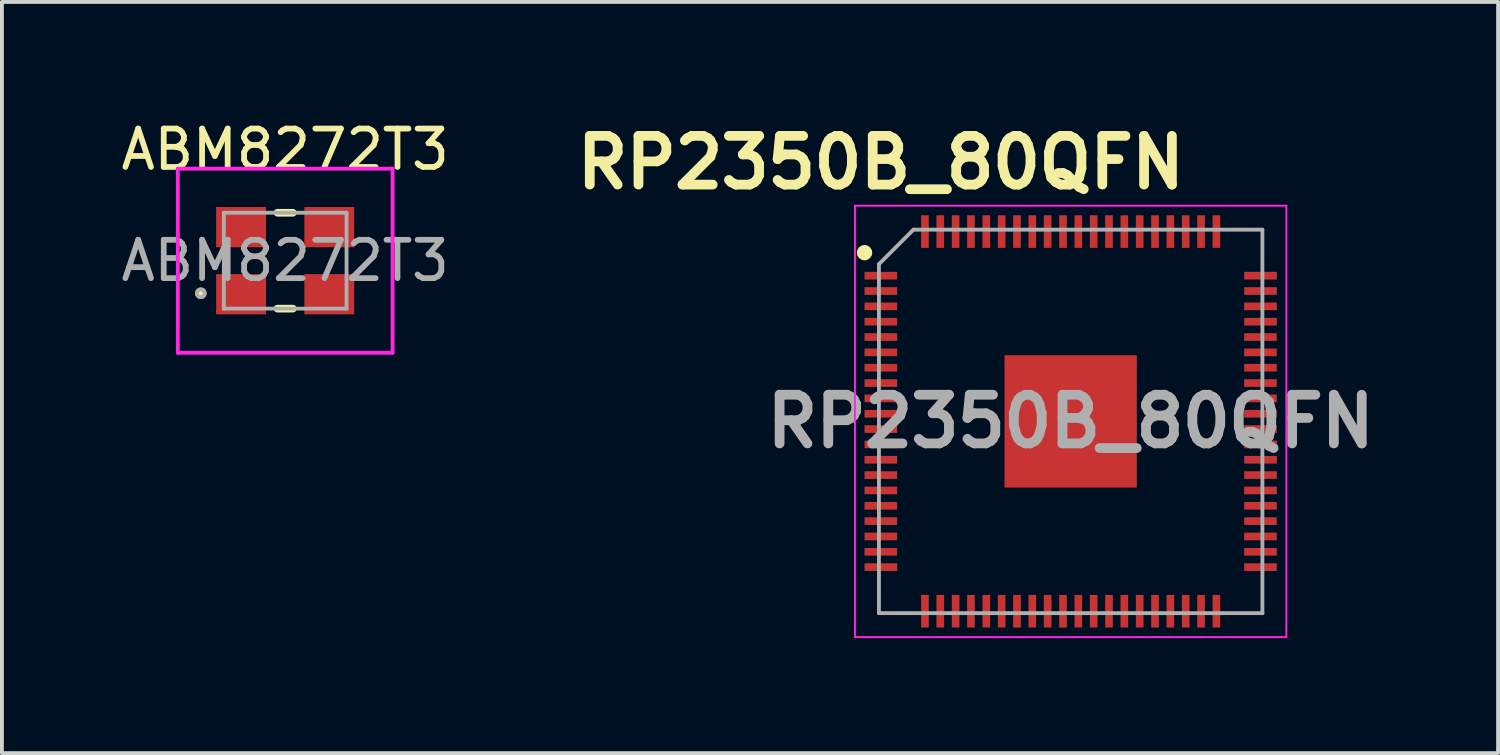
<source format=kicad_pcb>
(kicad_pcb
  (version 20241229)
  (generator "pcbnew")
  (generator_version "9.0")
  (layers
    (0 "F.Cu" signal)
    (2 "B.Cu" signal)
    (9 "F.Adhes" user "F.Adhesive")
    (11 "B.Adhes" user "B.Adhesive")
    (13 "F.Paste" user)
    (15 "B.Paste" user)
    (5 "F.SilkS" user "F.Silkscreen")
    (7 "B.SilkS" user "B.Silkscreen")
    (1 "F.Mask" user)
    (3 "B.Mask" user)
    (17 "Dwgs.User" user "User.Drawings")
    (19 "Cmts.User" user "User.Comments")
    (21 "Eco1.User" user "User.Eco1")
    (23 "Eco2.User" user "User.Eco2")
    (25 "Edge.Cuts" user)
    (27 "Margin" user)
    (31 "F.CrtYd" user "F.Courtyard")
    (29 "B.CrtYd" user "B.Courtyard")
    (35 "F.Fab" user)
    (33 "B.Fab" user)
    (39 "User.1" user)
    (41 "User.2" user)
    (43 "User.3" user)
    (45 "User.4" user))
  (footprint "ABM8272T3"
    (layer "F.Cu")
    (at 4.387 3.748)
    (property "Reference" "ABM8272T3" (at 0 -2.9 0) (layer "F.SilkS") (effects (font (size 1 1) (thickness 0.15))))
    (attr smd)
    (fp_line (start -0.2 -1.25) (end 0.2 -1.25) (stroke (width 0.2) (type solid)) (layer "F.SilkS"))
    (fp_line (start -0.2 1.25) (end 0.2 1.25) (stroke (width 0.2) (type solid)) (layer "F.SilkS"))
    (fp_circle (center -2.2 0.85) (end -2.2 0.95) (stroke (width 0.1) (type default)) (fill yes) (layer "F.SilkS"))
    (fp_line (start -2.8 -2.4) (end 2.8 -2.4) (stroke (width 0.1) (type solid)) (layer "F.CrtYd"))
    (fp_line (start -2.8 2.4) (end -2.8 -2.4) (stroke (width 0.1) (type solid)) (layer "F.CrtYd"))
    (fp_line (start 2.8 -2.4) (end 2.8 2.4) (stroke (width 0.1) (type solid)) (layer "F.CrtYd"))
    (fp_line (start 2.8 2.4) (end -2.8 2.4) (stroke (width 0.1) (type solid)) (layer "F.CrtYd"))
    (fp_line (start -1.6 -1.25) (end 1.6 -1.25) (stroke (width 0.1) (type solid)) (layer "F.Fab"))
    (fp_line (start -1.6 1.25) (end -1.6 -1.25) (stroke (width 0.1) (type solid)) (layer "F.Fab"))
    (fp_line (start 1.6 -1.25) (end 1.6 1.25) (stroke (width 0.1) (type solid)) (layer "F.Fab"))
    (fp_line (start 1.6 1.25) (end -1.6 1.25) (stroke (width 0.1) (type solid)) (layer "F.Fab"))
    (fp_circle (center -2.2 0.85) (end -2.2 0.95) (stroke (width 0.1) (type default)) (fill no) (layer "F.Fab"))
    (fp_text user "${REFERENCE}" (at 0 0 0) (layer "F.Fab") (effects (font (size 1 1) (thickness 0.15))))
    (pad "1" smd rect (at -1.15 0.875 90) (size 1.05 1.3) (layers "F.Cu" "F.Mask" "F.Paste"))
    (pad "2" smd rect (at 1.15 0.875 90) (size 1.05 1.3) (layers "F.Cu" "F.Mask" "F.Paste"))
    (pad "3" smd rect (at 1.15 -0.875 90) (size 1.05 1.3) (layers "F.Cu" "F.Mask" "F.Paste"))
    (pad "4" smd rect (at -1.15 -0.875 90) (size 1.05 1.3) (layers "F.Cu" "F.Mask" "F.Paste")))
  (footprint "RP2350B_80QFN"
    (layer "F.Cu")
    (at 24.87 7.939)
    (property "Reference" "RP2350B_80QFN" (at -4.95 -6.75 0) (layer "F.SilkS") (effects (font (size 1.27 1.27) (thickness 0.254))))
    (attr smd allow_soldermask_bridges)
    (fp_rect (start -5.375 -3.9) (end -4.525 3.9) (stroke (width 0.1) (type default)) (fill yes) (layer "F.Mask"))
    (fp_rect (start -3.9 -5.375) (end 3.9 -4.525) (stroke (width 0.1) (type default)) (fill yes) (layer "F.Mask"))
    (fp_rect (start -3.9 4.525) (end 3.9 5.375) (stroke (width 0.1) (type default)) (fill yes) (layer "F.Mask"))
    (fp_rect (start 4.525 -3.9) (end 5.375 3.9) (stroke (width 0.1) (type default)) (fill yes) (layer "F.Mask"))
    (fp_circle (center -5.375 -4.4) (end -5.375 -4.3) (stroke (width 0.2) (type solid)) (fill no) (layer "F.SilkS"))
    (fp_line (start -5.625 -5.625) (end 5.625 -5.625) (stroke (width 0.05) (type solid)) (layer "F.CrtYd"))
    (fp_line (start -5.625 5.625) (end -5.625 -5.625) (stroke (width 0.05) (type solid)) (layer "F.CrtYd"))
    (fp_line (start 5.625 -5.625) (end 5.625 5.625) (stroke (width 0.05) (type solid)) (layer "F.CrtYd"))
    (fp_line (start 5.625 5.625) (end -5.625 5.625) (stroke (width 0.05) (type solid)) (layer "F.CrtYd"))
    (fp_line (start -5 -4.1) (end -4.1 -5) (stroke (width 0.1) (type default)) (layer "F.Fab"))
    (fp_line (start -5 5) (end -5 -4.1) (stroke (width 0.1) (type solid)) (layer "F.Fab"))
    (fp_line (start -4.1 -5) (end 5 -5) (stroke (width 0.1) (type solid)) (layer "F.Fab"))
    (fp_line (start 5 -5) (end 5 5) (stroke (width 0.1) (type solid)) (layer "F.Fab"))
    (fp_line (start 5 5) (end -5 5) (stroke (width 0.1) (type solid)) (layer "F.Fab"))
    (fp_text user "${REFERENCE}" (at 0 0 0) (layer "F.Fab") (effects (font (size 1.27 1.27) (thickness 0.254))))
    (pad "1" smd rect (at -4.95 -3.8 90) (size 0.2 0.85) (layers "F.Cu" "F.Mask" "F.Paste"))
    (pad "2" smd rect (at -4.95 -3.4 90) (size 0.2 0.85) (layers "F.Cu" "F.Mask" "F.Paste"))
    (pad "3" smd rect (at -4.95 -3 90) (size 0.2 0.85) (layers "F.Cu" "F.Mask" "F.Paste"))
    (pad "4" smd rect (at -4.95 -2.6 90) (size 0.2 0.85) (layers "F.Cu" "F.Mask" "F.Paste"))
    (pad "5" smd rect (at -4.95 -2.2 90) (size 0.2 0.85) (layers "F.Cu" "F.Mask" "F.Paste"))
    (pad "6" smd rect (at -4.95 -1.8 90) (size 0.2 0.85) (layers "F.Cu" "F.Mask" "F.Paste"))
    (pad "7" smd rect (at -4.95 -1.4 90) (size 0.2 0.85) (layers "F.Cu" "F.Mask" "F.Paste"))
    (pad "8" smd rect (at -4.95 -1 90) (size 0.2 0.85) (layers "F.Cu" "F.Mask" "F.Paste"))
    (pad "9" smd rect (at -4.95 -0.6 90) (size 0.2 0.85) (layers "F.Cu" "F.Mask" "F.Paste"))
    (pad "10" smd rect (at -4.95 -0.2 90) (size 0.2 0.85) (layers "F.Cu" "F.Mask" "F.Paste"))
    (pad "11" smd rect (at -4.95 0.2 90) (size 0.2 0.85) (layers "F.Cu" "F.Mask" "F.Paste"))
    (pad "12" smd rect (at -4.95 0.6 90) (size 0.2 0.85) (layers "F.Cu" "F.Mask" "F.Paste"))
    (pad "13" smd rect (at -4.95 1 90) (size 0.2 0.85) (layers "F.Cu" "F.Mask" "F.Paste"))
    (pad "14" smd rect (at -4.95 1.4 90) (size 0.2 0.85) (layers "F.Cu" "F.Mask" "F.Paste"))
    (pad "15" smd rect (at -4.95 1.8 90) (size 0.2 0.85) (layers "F.Cu" "F.Mask" "F.Paste"))
    (pad "16" smd rect (at -4.95 2.2 90) (size 0.2 0.85) (layers "F.Cu" "F.Mask" "F.Paste"))
    (pad "17" smd rect (at -4.95 2.6 90) (size 0.2 0.85) (layers "F.Cu" "F.Mask" "F.Paste"))
    (pad "18" smd rect (at -4.95 3 90) (size 0.2 0.85) (layers "F.Cu" "F.Mask" "F.Paste"))
    (pad "19" smd rect (at -4.95 3.4 90) (size 0.2 0.85) (layers "F.Cu" "F.Mask" "F.Paste"))
    (pad "20" smd rect (at -4.95 3.8 90) (size 0.2 0.85) (layers "F.Cu" "F.Mask" "F.Paste"))
    (pad "21" smd rect (at -3.8 4.95) (size 0.2 0.85) (layers "F.Cu" "F.Mask" "F.Paste"))
    (pad "22" smd rect (at -3.4 4.95) (size 0.2 0.85) (layers "F.Cu" "F.Mask" "F.Paste"))
    (pad "23" smd rect (at -3 4.95) (size 0.2 0.85) (layers "F.Cu" "F.Mask" "F.Paste"))
    (pad "24" smd rect (at -2.6 4.95) (size 0.2 0.85) (layers "F.Cu" "F.Mask" "F.Paste"))
    (pad "25" smd rect (at -2.2 4.95) (size 0.2 0.85) (layers "F.Cu" "F.Mask" "F.Paste"))
    (pad "26" smd rect (at -1.8 4.95) (size 0.2 0.85) (layers "F.Cu" "F.Mask" "F.Paste"))
    (pad "27" smd rect (at -1.4 4.95) (size 0.2 0.85) (layers "F.Cu" "F.Mask" "F.Paste"))
    (pad "28" smd rect (at -1 4.95) (size 0.2 0.85) (layers "F.Cu" "F.Mask" "F.Paste"))
    (pad "29" smd rect (at -0.6 4.95) (size 0.2 0.85) (layers "F.Cu" "F.Mask" "F.Paste"))
    (pad "30" smd rect (at -0.2 4.95) (size 0.2 0.85) (layers "F.Cu" "F.Mask" "F.Paste"))
    (pad "31" smd rect (at 0.2 4.95) (size 0.2 0.85) (layers "F.Cu" "F.Mask" "F.Paste"))
    (pad "32" smd rect (at 0.6 4.95) (size 0.2 0.85) (layers "F.Cu" "F.Mask" "F.Paste"))
    (pad "33" smd rect (at 1 4.95) (size 0.2 0.85) (layers "F.Cu" "F.Mask" "F.Paste"))
    (pad "34" smd rect (at 1.4 4.95) (size 0.2 0.85) (layers "F.Cu" "F.Mask" "F.Paste"))
    (pad "35" smd rect (at 1.8 4.95) (size 0.2 0.85) (layers "F.Cu" "F.Mask" "F.Paste"))
    (pad "36" smd rect (at 2.2 4.95) (size 0.2 0.85) (layers "F.Cu" "F.Mask" "F.Paste"))
    (pad "37" smd rect (at 2.6 4.95) (size 0.2 0.85) (layers "F.Cu" "F.Mask" "F.Paste"))
    (pad "38" smd rect (at 3 4.95) (size 0.2 0.85) (layers "F.Cu" "F.Mask" "F.Paste"))
    (pad "39" smd rect (at 3.4 4.95) (size 0.2 0.85) (layers "F.Cu" "F.Mask" "F.Paste"))
    (pad "40" smd rect (at 3.8 4.95) (size 0.2 0.85) (layers "F.Cu" "F.Mask" "F.Paste"))
    (pad "41" smd rect (at 4.95 3.8 90) (size 0.2 0.85) (layers "F.Cu" "F.Mask" "F.Paste"))
    (pad "42" smd rect (at 4.95 3.4 90) (size 0.2 0.85) (layers "F.Cu" "F.Mask" "F.Paste"))
    (pad "43" smd rect (at 4.95 3 90) (size 0.2 0.85) (layers "F.Cu" "F.Mask" "F.Paste"))
    (pad "44" smd rect (at 4.95 2.6 90) (size 0.2 0.85) (layers "F.Cu" "F.Mask" "F.Paste"))
    (pad "45" smd rect (at 4.95 2.2 90) (size 0.2 0.85) (layers "F.Cu" "F.Mask" "F.Paste"))
    (pad "46" smd rect (at 4.95 1.8 90) (size 0.2 0.85) (layers "F.Cu" "F.Mask" "F.Paste"))
    (pad "47" smd rect (at 4.95 1.4 90) (size 0.2 0.85) (layers "F.Cu" "F.Mask" "F.Paste"))
    (pad "48" smd rect (at 4.95 1 90) (size 0.2 0.85) (layers "F.Cu" "F.Mask" "F.Paste"))
    (pad "49" smd rect (at 4.95 0.6 90) (size 0.2 0.85) (layers "F.Cu" "F.Mask" "F.Paste"))
    (pad "50" smd rect (at 4.95 0.2 90) (size 0.2 0.85) (layers "F.Cu" "F.Mask" "F.Paste"))
    (pad "51" smd rect (at 4.95 -0.2 90) (size 0.2 0.85) (layers "F.Cu" "F.Mask" "F.Paste"))
    (pad "52" smd rect (at 4.95 -0.6 90) (size 0.2 0.85) (layers "F.Cu" "F.Mask" "F.Paste"))
    (pad "53" smd rect (at 4.95 -1 90) (size 0.2 0.85) (layers "F.Cu" "F.Mask" "F.Paste"))
    (pad "54" smd rect (at 4.95 -1.4 90) (size 0.2 0.85) (layers "F.Cu" "F.Mask" "F.Paste"))
    (pad "55" smd rect (at 4.95 -1.8 90) (size 0.2 0.85) (layers "F.Cu" "F.Mask" "F.Paste"))
    (pad "56" smd rect (at 4.95 -2.2 90) (size 0.2 0.85) (layers "F.Cu" "F.Mask" "F.Paste"))
    (pad "57" smd rect (at 4.95 -2.6 90) (size 0.2 0.85) (layers "F.Cu" "F.Mask" "F.Paste"))
    (pad "58" smd rect (at 4.95 -3 90) (size 0.2 0.85) (layers "F.Cu" "F.Mask" "F.Paste"))
    (pad "59" smd rect (at 4.95 -3.4 90) (size 0.2 0.85) (layers "F.Cu" "F.Mask" "F.Paste"))
    (pad "60" smd rect (at 4.95 -3.8 90) (size 0.2 0.85) (layers "F.Cu" "F.Mask" "F.Paste"))
    (pad "61" smd rect (at 3.8 -4.95) (size 0.2 0.85) (layers "F.Cu" "F.Mask" "F.Paste"))
    (pad "62" smd rect (at 3.4 -4.95) (size 0.2 0.85) (layers "F.Cu" "F.Mask" "F.Paste"))
    (pad "63" smd rect (at 3 -4.95) (size 0.2 0.85) (layers "F.Cu" "F.Mask" "F.Paste"))
    (pad "64" smd rect (at 2.6 -4.95) (size 0.2 0.85) (layers "F.Cu" "F.Mask" "F.Paste"))
    (pad "65" smd rect (at 2.2 -4.95) (size 0.2 0.85) (layers "F.Cu" "F.Mask" "F.Paste"))
    (pad "66" smd rect (at 1.8 -4.95) (size 0.2 0.85) (layers "F.Cu" "F.Mask" "F.Paste"))
    (pad "67" smd rect (at 1.4 -4.95) (size 0.2 0.85) (layers "F.Cu" "F.Mask" "F.Paste"))
    (pad "68" smd rect (at 1 -4.95) (size 0.2 0.85) (layers "F.Cu" "F.Mask" "F.Paste"))
    (pad "69" smd rect (at 0.6 -4.95) (size 0.2 0.85) (layers "F.Cu" "F.Mask" "F.Paste"))
    (pad "70" smd rect (at 0.2 -4.95) (size 0.2 0.85) (layers "F.Cu" "F.Mask" "F.Paste"))
    (pad "71" smd rect (at -0.2 -4.95) (size 0.2 0.85) (layers "F.Cu" "F.Mask" "F.Paste"))
    (pad "72" smd rect (at -0.6 -4.95) (size 0.2 0.85) (layers "F.Cu" "F.Mask" "F.Paste"))
    (pad "73" smd rect (at -1 -4.95) (size 0.2 0.85) (layers "F.Cu" "F.Mask" "F.Paste"))
    (pad "74" smd rect (at -1.4 -4.95) (size 0.2 0.85) (layers "F.Cu" "F.Mask" "F.Paste"))
    (pad "75" smd rect (at -1.8 -4.95) (size 0.2 0.85) (layers "F.Cu" "F.Mask" "F.Paste"))
    (pad "76" smd rect (at -2.2 -4.95) (size 0.2 0.85) (layers "F.Cu" "F.Mask" "F.Paste"))
    (pad "77" smd rect (at -2.6 -4.95) (size 0.2 0.85) (layers "F.Cu" "F.Mask" "F.Paste"))
    (pad "78" smd rect (at -3 -4.95) (size 0.2 0.85) (layers "F.Cu" "F.Mask" "F.Paste"))
    (pad "79" smd rect (at -3.4 -4.95) (size 0.2 0.85) (layers "F.Cu" "F.Mask" "F.Paste"))
    (pad "80" smd rect (at -3.8 -4.95) (size 0.2 0.85) (layers "F.Cu" "F.Mask" "F.Paste"))
    (pad "81" smd rect (at 0 0) (size 3.45 3.45) (layers "F.Cu" "F.Mask" "F.Paste")))
  (gr_rect
    (start -3 -3)
    (end 36.016 16.589)
    (stroke (width 0.1) (type default))
    (fill no)
    (layer "Edge.Cuts")))
</source>
